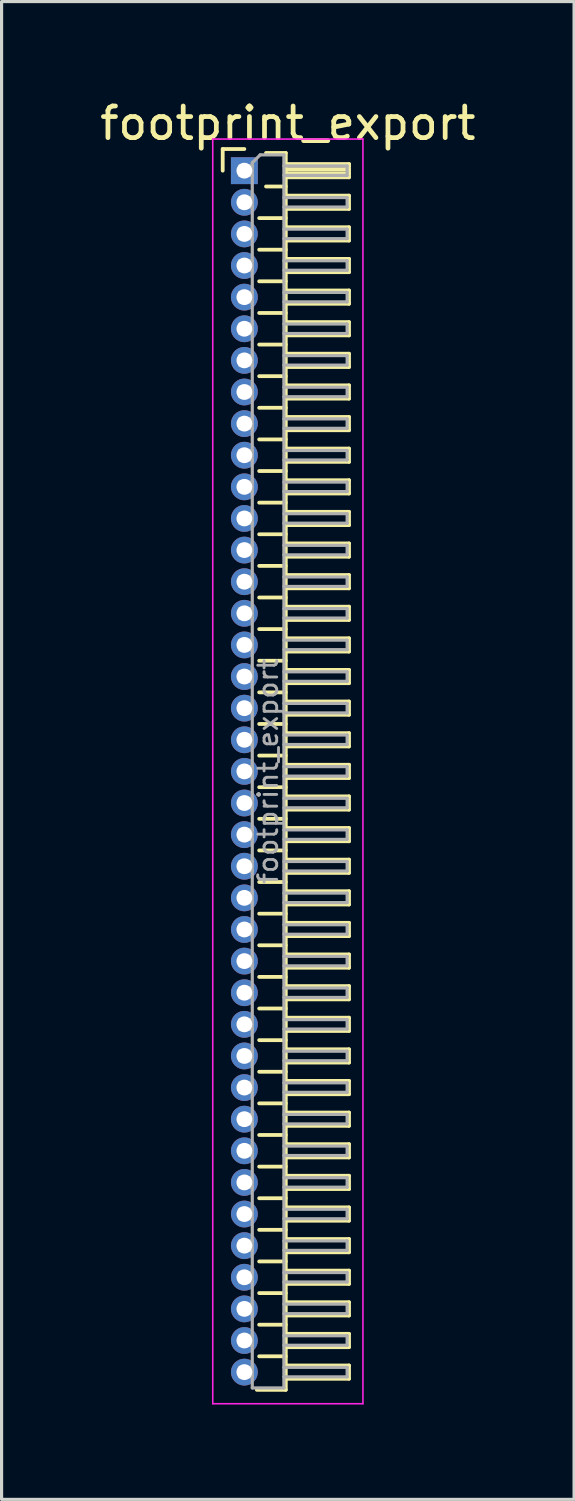
<source format=kicad_pcb>
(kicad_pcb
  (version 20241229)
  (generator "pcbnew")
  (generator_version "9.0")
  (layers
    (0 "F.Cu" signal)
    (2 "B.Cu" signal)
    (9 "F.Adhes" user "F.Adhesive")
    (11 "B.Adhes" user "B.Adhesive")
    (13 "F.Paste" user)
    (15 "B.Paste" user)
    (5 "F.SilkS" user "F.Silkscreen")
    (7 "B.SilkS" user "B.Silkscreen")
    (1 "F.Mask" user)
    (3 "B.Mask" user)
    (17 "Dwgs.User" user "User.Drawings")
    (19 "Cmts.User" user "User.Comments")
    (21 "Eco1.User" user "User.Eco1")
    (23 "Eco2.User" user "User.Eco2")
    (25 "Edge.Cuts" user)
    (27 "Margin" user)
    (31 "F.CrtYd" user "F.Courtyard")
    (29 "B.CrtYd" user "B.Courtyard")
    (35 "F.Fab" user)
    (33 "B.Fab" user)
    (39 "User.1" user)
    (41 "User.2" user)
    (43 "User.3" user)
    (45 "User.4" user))
  (footprint "footprint_export"
    (layer "F.Cu")
    (at 4.679 2.348)
    (property "Reference" "footprint_export" (at 1.375 -1.5 0) (layer "F.SilkS") (effects (font (size 1 1) (thickness 0.15))))
    (attr through_hole)
    (fp_line (start -0.685 -0.685) (end 0 -0.685) (stroke (width 0.12) (type solid)) (layer "F.SilkS"))
    (fp_line (start -0.685 0) (end -0.685 -0.685) (stroke (width 0.12) (type solid)) (layer "F.SilkS"))
    (fp_line (start 0.468 1.5) (end 1.31 1.5) (stroke (width 0.12) (type solid)) (layer "F.SilkS"))
    (fp_line (start 0.468 2.5) (end 1.31 2.5) (stroke (width 0.12) (type solid)) (layer "F.SilkS"))
    (fp_line (start 0.468 3.5) (end 1.31 3.5) (stroke (width 0.12) (type solid)) (layer "F.SilkS"))
    (fp_line (start 0.468 4.5) (end 1.31 4.5) (stroke (width 0.12) (type solid)) (layer "F.SilkS"))
    (fp_line (start 0.468 5.5) (end 1.31 5.5) (stroke (width 0.12) (type solid)) (layer "F.SilkS"))
    (fp_line (start 0.468 6.5) (end 1.31 6.5) (stroke (width 0.12) (type solid)) (layer "F.SilkS"))
    (fp_line (start 0.468 7.5) (end 1.31 7.5) (stroke (width 0.12) (type solid)) (layer "F.SilkS"))
    (fp_line (start 0.468 8.5) (end 1.31 8.5) (stroke (width 0.12) (type solid)) (layer "F.SilkS"))
    (fp_line (start 0.468 9.5) (end 1.31 9.5) (stroke (width 0.12) (type solid)) (layer "F.SilkS"))
    (fp_line (start 0.468 10.5) (end 1.31 10.5) (stroke (width 0.12) (type solid)) (layer "F.SilkS"))
    (fp_line (start 0.468 11.5) (end 1.31 11.5) (stroke (width 0.12) (type solid)) (layer "F.SilkS"))
    (fp_line (start 0.468 12.5) (end 1.31 12.5) (stroke (width 0.12) (type solid)) (layer "F.SilkS"))
    (fp_line (start 0.468 13.5) (end 1.31 13.5) (stroke (width 0.12) (type solid)) (layer "F.SilkS"))
    (fp_line (start 0.468 14.5) (end 1.31 14.5) (stroke (width 0.12) (type solid)) (layer "F.SilkS"))
    (fp_line (start 0.468 15.5) (end 1.31 15.5) (stroke (width 0.12) (type solid)) (layer "F.SilkS"))
    (fp_line (start 0.468 16.5) (end 1.31 16.5) (stroke (width 0.12) (type solid)) (layer "F.SilkS"))
    (fp_line (start 0.468 17.5) (end 1.31 17.5) (stroke (width 0.12) (type solid)) (layer "F.SilkS"))
    (fp_line (start 0.468 18.5) (end 1.31 18.5) (stroke (width 0.12) (type solid)) (layer "F.SilkS"))
    (fp_line (start 0.468 19.5) (end 1.31 19.5) (stroke (width 0.12) (type solid)) (layer "F.SilkS"))
    (fp_line (start 0.468 20.5) (end 1.31 20.5) (stroke (width 0.12) (type solid)) (layer "F.SilkS"))
    (fp_line (start 0.468 21.5) (end 1.31 21.5) (stroke (width 0.12) (type solid)) (layer "F.SilkS"))
    (fp_line (start 0.468 22.5) (end 1.31 22.5) (stroke (width 0.12) (type solid)) (layer "F.SilkS"))
    (fp_line (start 0.468 23.5) (end 1.31 23.5) (stroke (width 0.12) (type solid)) (layer "F.SilkS"))
    (fp_line (start 0.468 24.5) (end 1.31 24.5) (stroke (width 0.12) (type solid)) (layer "F.SilkS"))
    (fp_line (start 0.468 25.5) (end 1.31 25.5) (stroke (width 0.12) (type solid)) (layer "F.SilkS"))
    (fp_line (start 0.468 26.5) (end 1.31 26.5) (stroke (width 0.12) (type solid)) (layer "F.SilkS"))
    (fp_line (start 0.468 27.5) (end 1.31 27.5) (stroke (width 0.12) (type solid)) (layer "F.SilkS"))
    (fp_line (start 0.468 28.5) (end 1.31 28.5) (stroke (width 0.12) (type solid)) (layer "F.SilkS"))
    (fp_line (start 0.468 29.5) (end 1.31 29.5) (stroke (width 0.12) (type solid)) (layer "F.SilkS"))
    (fp_line (start 0.468 30.5) (end 1.31 30.5) (stroke (width 0.12) (type solid)) (layer "F.SilkS"))
    (fp_line (start 0.468 31.5) (end 1.31 31.5) (stroke (width 0.12) (type solid)) (layer "F.SilkS"))
    (fp_line (start 0.468 32.5) (end 1.31 32.5) (stroke (width 0.12) (type solid)) (layer "F.SilkS"))
    (fp_line (start 0.468 33.5) (end 1.31 33.5) (stroke (width 0.12) (type solid)) (layer "F.SilkS"))
    (fp_line (start 0.468 34.5) (end 1.31 34.5) (stroke (width 0.12) (type solid)) (layer "F.SilkS"))
    (fp_line (start 0.468 35.5) (end 1.31 35.5) (stroke (width 0.12) (type solid)) (layer "F.SilkS"))
    (fp_line (start 0.468 36.5) (end 1.31 36.5) (stroke (width 0.12) (type solid)) (layer "F.SilkS"))
    (fp_line (start 0.468 37.5) (end 1.31 37.5) (stroke (width 0.12) (type solid)) (layer "F.SilkS"))
    (fp_line (start 0.685 -0.56) (end 1.31 -0.56) (stroke (width 0.12) (type solid)) (layer "F.SilkS"))
    (fp_line (start 0.685 0.5) (end 1.31 0.5) (stroke (width 0.12) (type solid)) (layer "F.SilkS"))
    (fp_line (start 1.31 -0.56) (end 1.31 38.56) (stroke (width 0.12) (type solid)) (layer "F.SilkS"))
    (fp_line (start 1.31 -0.21) (end 3.31 -0.21) (stroke (width 0.12) (type solid)) (layer "F.SilkS"))
    (fp_line (start 1.31 -0.15) (end 3.31 -0.15) (stroke (width 0.12) (type solid)) (layer "F.SilkS"))
    (fp_line (start 1.31 -0.03) (end 3.31 -0.03) (stroke (width 0.12) (type solid)) (layer "F.SilkS"))
    (fp_line (start 1.31 0.09) (end 3.31 0.09) (stroke (width 0.12) (type solid)) (layer "F.SilkS"))
    (fp_line (start 1.31 0.79) (end 3.31 0.79) (stroke (width 0.12) (type solid)) (layer "F.SilkS"))
    (fp_line (start 1.31 1.79) (end 3.31 1.79) (stroke (width 0.12) (type solid)) (layer "F.SilkS"))
    (fp_line (start 1.31 2.79) (end 3.31 2.79) (stroke (width 0.12) (type solid)) (layer "F.SilkS"))
    (fp_line (start 1.31 3.79) (end 3.31 3.79) (stroke (width 0.12) (type solid)) (layer "F.SilkS"))
    (fp_line (start 1.31 4.79) (end 3.31 4.79) (stroke (width 0.12) (type solid)) (layer "F.SilkS"))
    (fp_line (start 1.31 5.79) (end 3.31 5.79) (stroke (width 0.12) (type solid)) (layer "F.SilkS"))
    (fp_line (start 1.31 6.79) (end 3.31 6.79) (stroke (width 0.12) (type solid)) (layer "F.SilkS"))
    (fp_line (start 1.31 7.79) (end 3.31 7.79) (stroke (width 0.12) (type solid)) (layer "F.SilkS"))
    (fp_line (start 1.31 8.79) (end 3.31 8.79) (stroke (width 0.12) (type solid)) (layer "F.SilkS"))
    (fp_line (start 1.31 9.79) (end 3.31 9.79) (stroke (width 0.12) (type solid)) (layer "F.SilkS"))
    (fp_line (start 1.31 10.79) (end 3.31 10.79) (stroke (width 0.12) (type solid)) (layer "F.SilkS"))
    (fp_line (start 1.31 11.79) (end 3.31 11.79) (stroke (width 0.12) (type solid)) (layer "F.SilkS"))
    (fp_line (start 1.31 12.79) (end 3.31 12.79) (stroke (width 0.12) (type solid)) (layer "F.SilkS"))
    (fp_line (start 1.31 13.79) (end 3.31 13.79) (stroke (width 0.12) (type solid)) (layer "F.SilkS"))
    (fp_line (start 1.31 14.79) (end 3.31 14.79) (stroke (width 0.12) (type solid)) (layer "F.SilkS"))
    (fp_line (start 1.31 15.79) (end 3.31 15.79) (stroke (width 0.12) (type solid)) (layer "F.SilkS"))
    (fp_line (start 1.31 16.79) (end 3.31 16.79) (stroke (width 0.12) (type solid)) (layer "F.SilkS"))
    (fp_line (start 1.31 17.79) (end 3.31 17.79) (stroke (width 0.12) (type solid)) (layer "F.SilkS"))
    (fp_line (start 1.31 18.79) (end 3.31 18.79) (stroke (width 0.12) (type solid)) (layer "F.SilkS"))
    (fp_line (start 1.31 19.79) (end 3.31 19.79) (stroke (width 0.12) (type solid)) (layer "F.SilkS"))
    (fp_line (start 1.31 20.79) (end 3.31 20.79) (stroke (width 0.12) (type solid)) (layer "F.SilkS"))
    (fp_line (start 1.31 21.79) (end 3.31 21.79) (stroke (width 0.12) (type solid)) (layer "F.SilkS"))
    (fp_line (start 1.31 22.79) (end 3.31 22.79) (stroke (width 0.12) (type solid)) (layer "F.SilkS"))
    (fp_line (start 1.31 23.79) (end 3.31 23.79) (stroke (width 0.12) (type solid)) (layer "F.SilkS"))
    (fp_line (start 1.31 24.79) (end 3.31 24.79) (stroke (width 0.12) (type solid)) (layer "F.SilkS"))
    (fp_line (start 1.31 25.79) (end 3.31 25.79) (stroke (width 0.12) (type solid)) (layer "F.SilkS"))
    (fp_line (start 1.31 26.79) (end 3.31 26.79) (stroke (width 0.12) (type solid)) (layer "F.SilkS"))
    (fp_line (start 1.31 27.79) (end 3.31 27.79) (stroke (width 0.12) (type solid)) (layer "F.SilkS"))
    (fp_line (start 1.31 28.79) (end 3.31 28.79) (stroke (width 0.12) (type solid)) (layer "F.SilkS"))
    (fp_line (start 1.31 29.79) (end 3.31 29.79) (stroke (width 0.12) (type solid)) (layer "F.SilkS"))
    (fp_line (start 1.31 30.79) (end 3.31 30.79) (stroke (width 0.12) (type solid)) (layer "F.SilkS"))
    (fp_line (start 1.31 31.79) (end 3.31 31.79) (stroke (width 0.12) (type solid)) (layer "F.SilkS"))
    (fp_line (start 1.31 32.79) (end 3.31 32.79) (stroke (width 0.12) (type solid)) (layer "F.SilkS"))
    (fp_line (start 1.31 33.79) (end 3.31 33.79) (stroke (width 0.12) (type solid)) (layer "F.SilkS"))
    (fp_line (start 1.31 34.79) (end 3.31 34.79) (stroke (width 0.12) (type solid)) (layer "F.SilkS"))
    (fp_line (start 1.31 35.79) (end 3.31 35.79) (stroke (width 0.12) (type solid)) (layer "F.SilkS"))
    (fp_line (start 1.31 36.79) (end 3.31 36.79) (stroke (width 0.12) (type solid)) (layer "F.SilkS"))
    (fp_line (start 1.31 37.79) (end 3.31 37.79) (stroke (width 0.12) (type solid)) (layer "F.SilkS"))
    (fp_line (start 1.31 38.56) (end 0.394 38.56) (stroke (width 0.12) (type solid)) (layer "F.SilkS"))
    (fp_line (start 3.31 -0.21) (end 3.31 0.21) (stroke (width 0.12) (type solid)) (layer "F.SilkS"))
    (fp_line (start 3.31 0.21) (end 1.31 0.21) (stroke (width 0.12) (type solid)) (layer "F.SilkS"))
    (fp_line (start 3.31 0.79) (end 3.31 1.21) (stroke (width 0.12) (type solid)) (layer "F.SilkS"))
    (fp_line (start 3.31 1.21) (end 1.31 1.21) (stroke (width 0.12) (type solid)) (layer "F.SilkS"))
    (fp_line (start 3.31 1.79) (end 3.31 2.21) (stroke (width 0.12) (type solid)) (layer "F.SilkS"))
    (fp_line (start 3.31 2.21) (end 1.31 2.21) (stroke (width 0.12) (type solid)) (layer "F.SilkS"))
    (fp_line (start 3.31 2.79) (end 3.31 3.21) (stroke (width 0.12) (type solid)) (layer "F.SilkS"))
    (fp_line (start 3.31 3.21) (end 1.31 3.21) (stroke (width 0.12) (type solid)) (layer "F.SilkS"))
    (fp_line (start 3.31 3.79) (end 3.31 4.21) (stroke (width 0.12) (type solid)) (layer "F.SilkS"))
    (fp_line (start 3.31 4.21) (end 1.31 4.21) (stroke (width 0.12) (type solid)) (layer "F.SilkS"))
    (fp_line (start 3.31 4.79) (end 3.31 5.21) (stroke (width 0.12) (type solid)) (layer "F.SilkS"))
    (fp_line (start 3.31 5.21) (end 1.31 5.21) (stroke (width 0.12) (type solid)) (layer "F.SilkS"))
    (fp_line (start 3.31 5.79) (end 3.31 6.21) (stroke (width 0.12) (type solid)) (layer "F.SilkS"))
    (fp_line (start 3.31 6.21) (end 1.31 6.21) (stroke (width 0.12) (type solid)) (layer "F.SilkS"))
    (fp_line (start 3.31 6.79) (end 3.31 7.21) (stroke (width 0.12) (type solid)) (layer "F.SilkS"))
    (fp_line (start 3.31 7.21) (end 1.31 7.21) (stroke (width 0.12) (type solid)) (layer "F.SilkS"))
    (fp_line (start 3.31 7.79) (end 3.31 8.21) (stroke (width 0.12) (type solid)) (layer "F.SilkS"))
    (fp_line (start 3.31 8.21) (end 1.31 8.21) (stroke (width 0.12) (type solid)) (layer "F.SilkS"))
    (fp_line (start 3.31 8.79) (end 3.31 9.21) (stroke (width 0.12) (type solid)) (layer "F.SilkS"))
    (fp_line (start 3.31 9.21) (end 1.31 9.21) (stroke (width 0.12) (type solid)) (layer "F.SilkS"))
    (fp_line (start 3.31 9.79) (end 3.31 10.21) (stroke (width 0.12) (type solid)) (layer "F.SilkS"))
    (fp_line (start 3.31 10.21) (end 1.31 10.21) (stroke (width 0.12) (type solid)) (layer "F.SilkS"))
    (fp_line (start 3.31 10.79) (end 3.31 11.21) (stroke (width 0.12) (type solid)) (layer "F.SilkS"))
    (fp_line (start 3.31 11.21) (end 1.31 11.21) (stroke (width 0.12) (type solid)) (layer "F.SilkS"))
    (fp_line (start 3.31 11.79) (end 3.31 12.21) (stroke (width 0.12) (type solid)) (layer "F.SilkS"))
    (fp_line (start 3.31 12.21) (end 1.31 12.21) (stroke (width 0.12) (type solid)) (layer "F.SilkS"))
    (fp_line (start 3.31 12.79) (end 3.31 13.21) (stroke (width 0.12) (type solid)) (layer "F.SilkS"))
    (fp_line (start 3.31 13.21) (end 1.31 13.21) (stroke (width 0.12) (type solid)) (layer "F.SilkS"))
    (fp_line (start 3.31 13.79) (end 3.31 14.21) (stroke (width 0.12) (type solid)) (layer "F.SilkS"))
    (fp_line (start 3.31 14.21) (end 1.31 14.21) (stroke (width 0.12) (type solid)) (layer "F.SilkS"))
    (fp_line (start 3.31 14.79) (end 3.31 15.21) (stroke (width 0.12) (type solid)) (layer "F.SilkS"))
    (fp_line (start 3.31 15.21) (end 1.31 15.21) (stroke (width 0.12) (type solid)) (layer "F.SilkS"))
    (fp_line (start 3.31 15.79) (end 3.31 16.21) (stroke (width 0.12) (type solid)) (layer "F.SilkS"))
    (fp_line (start 3.31 16.21) (end 1.31 16.21) (stroke (width 0.12) (type solid)) (layer "F.SilkS"))
    (fp_line (start 3.31 16.79) (end 3.31 17.21) (stroke (width 0.12) (type solid)) (layer "F.SilkS"))
    (fp_line (start 3.31 17.21) (end 1.31 17.21) (stroke (width 0.12) (type solid)) (layer "F.SilkS"))
    (fp_line (start 3.31 17.79) (end 3.31 18.21) (stroke (width 0.12) (type solid)) (layer "F.SilkS"))
    (fp_line (start 3.31 18.21) (end 1.31 18.21) (stroke (width 0.12) (type solid)) (layer "F.SilkS"))
    (fp_line (start 3.31 18.79) (end 3.31 19.21) (stroke (width 0.12) (type solid)) (layer "F.SilkS"))
    (fp_line (start 3.31 19.21) (end 1.31 19.21) (stroke (width 0.12) (type solid)) (layer "F.SilkS"))
    (fp_line (start 3.31 19.79) (end 3.31 20.21) (stroke (width 0.12) (type solid)) (layer "F.SilkS"))
    (fp_line (start 3.31 20.21) (end 1.31 20.21) (stroke (width 0.12) (type solid)) (layer "F.SilkS"))
    (fp_line (start 3.31 20.79) (end 3.31 21.21) (stroke (width 0.12) (type solid)) (layer "F.SilkS"))
    (fp_line (start 3.31 21.21) (end 1.31 21.21) (stroke (width 0.12) (type solid)) (layer "F.SilkS"))
    (fp_line (start 3.31 21.79) (end 3.31 22.21) (stroke (width 0.12) (type solid)) (layer "F.SilkS"))
    (fp_line (start 3.31 22.21) (end 1.31 22.21) (stroke (width 0.12) (type solid)) (layer "F.SilkS"))
    (fp_line (start 3.31 22.79) (end 3.31 23.21) (stroke (width 0.12) (type solid)) (layer "F.SilkS"))
    (fp_line (start 3.31 23.21) (end 1.31 23.21) (stroke (width 0.12) (type solid)) (layer "F.SilkS"))
    (fp_line (start 3.31 23.79) (end 3.31 24.21) (stroke (width 0.12) (type solid)) (layer "F.SilkS"))
    (fp_line (start 3.31 24.21) (end 1.31 24.21) (stroke (width 0.12) (type solid)) (layer "F.SilkS"))
    (fp_line (start 3.31 24.79) (end 3.31 25.21) (stroke (width 0.12) (type solid)) (layer "F.SilkS"))
    (fp_line (start 3.31 25.21) (end 1.31 25.21) (stroke (width 0.12) (type solid)) (layer "F.SilkS"))
    (fp_line (start 3.31 25.79) (end 3.31 26.21) (stroke (width 0.12) (type solid)) (layer "F.SilkS"))
    (fp_line (start 3.31 26.21) (end 1.31 26.21) (stroke (width 0.12) (type solid)) (layer "F.SilkS"))
    (fp_line (start 3.31 26.79) (end 3.31 27.21) (stroke (width 0.12) (type solid)) (layer "F.SilkS"))
    (fp_line (start 3.31 27.21) (end 1.31 27.21) (stroke (width 0.12) (type solid)) (layer "F.SilkS"))
    (fp_line (start 3.31 27.79) (end 3.31 28.21) (stroke (width 0.12) (type solid)) (layer "F.SilkS"))
    (fp_line (start 3.31 28.21) (end 1.31 28.21) (stroke (width 0.12) (type solid)) (layer "F.SilkS"))
    (fp_line (start 3.31 28.79) (end 3.31 29.21) (stroke (width 0.12) (type solid)) (layer "F.SilkS"))
    (fp_line (start 3.31 29.21) (end 1.31 29.21) (stroke (width 0.12) (type solid)) (layer "F.SilkS"))
    (fp_line (start 3.31 29.79) (end 3.31 30.21) (stroke (width 0.12) (type solid)) (layer "F.SilkS"))
    (fp_line (start 3.31 30.21) (end 1.31 30.21) (stroke (width 0.12) (type solid)) (layer "F.SilkS"))
    (fp_line (start 3.31 30.79) (end 3.31 31.21) (stroke (width 0.12) (type solid)) (layer "F.SilkS"))
    (fp_line (start 3.31 31.21) (end 1.31 31.21) (stroke (width 0.12) (type solid)) (layer "F.SilkS"))
    (fp_line (start 3.31 31.79) (end 3.31 32.21) (stroke (width 0.12) (type solid)) (layer "F.SilkS"))
    (fp_line (start 3.31 32.21) (end 1.31 32.21) (stroke (width 0.12) (type solid)) (layer "F.SilkS"))
    (fp_line (start 3.31 32.79) (end 3.31 33.21) (stroke (width 0.12) (type solid)) (layer "F.SilkS"))
    (fp_line (start 3.31 33.21) (end 1.31 33.21) (stroke (width 0.12) (type solid)) (layer "F.SilkS"))
    (fp_line (start 3.31 33.79) (end 3.31 34.21) (stroke (width 0.12) (type solid)) (layer "F.SilkS"))
    (fp_line (start 3.31 34.21) (end 1.31 34.21) (stroke (width 0.12) (type solid)) (layer "F.SilkS"))
    (fp_line (start 3.31 34.79) (end 3.31 35.21) (stroke (width 0.12) (type solid)) (layer "F.SilkS"))
    (fp_line (start 3.31 35.21) (end 1.31 35.21) (stroke (width 0.12) (type solid)) (layer "F.SilkS"))
    (fp_line (start 3.31 35.79) (end 3.31 36.21) (stroke (width 0.12) (type solid)) (layer "F.SilkS"))
    (fp_line (start 3.31 36.21) (end 1.31 36.21) (stroke (width 0.12) (type solid)) (layer "F.SilkS"))
    (fp_line (start 3.31 36.79) (end 3.31 37.21) (stroke (width 0.12) (type solid)) (layer "F.SilkS"))
    (fp_line (start 3.31 37.21) (end 1.31 37.21) (stroke (width 0.12) (type solid)) (layer "F.SilkS"))
    (fp_line (start 3.31 37.79) (end 3.31 38.21) (stroke (width 0.12) (type solid)) (layer "F.SilkS"))
    (fp_line (start 3.31 38.21) (end 1.31 38.21) (stroke (width 0.12) (type solid)) (layer "F.SilkS"))
    (fp_line (start -1 -1) (end -1 39) (stroke (width 0.05) (type solid)) (layer "F.CrtYd"))
    (fp_line (start -1 39) (end 3.75 39) (stroke (width 0.05) (type solid)) (layer "F.CrtYd"))
    (fp_line (start 3.75 -1) (end -1 -1) (stroke (width 0.05) (type solid)) (layer "F.CrtYd"))
    (fp_line (start 3.75 39) (end 3.75 -1) (stroke (width 0.05) (type solid)) (layer "F.CrtYd"))
    (fp_line (start -0.15 -0.15) (end -0.15 0.15) (stroke (width 0.1) (type solid)) (layer "F.Fab"))
    (fp_line (start -0.15 -0.15) (end 0.25 -0.15) (stroke (width 0.1) (type solid)) (layer "F.Fab"))
    (fp_line (start -0.15 0.15) (end 0.25 0.15) (stroke (width 0.1) (type solid)) (layer "F.Fab"))
    (fp_line (start -0.15 0.85) (end -0.15 1.15) (stroke (width 0.1) (type solid)) (layer "F.Fab"))
    (fp_line (start -0.15 0.85) (end 0.25 0.85) (stroke (width 0.1) (type solid)) (layer "F.Fab"))
    (fp_line (start -0.15 1.15) (end 0.25 1.15) (stroke (width 0.1) (type solid)) (layer "F.Fab"))
    (fp_line (start -0.15 1.85) (end -0.15 2.15) (stroke (width 0.1) (type solid)) (layer "F.Fab"))
    (fp_line (start -0.15 1.85) (end 0.25 1.85) (stroke (width 0.1) (type solid)) (layer "F.Fab"))
    (fp_line (start -0.15 2.15) (end 0.25 2.15) (stroke (width 0.1) (type solid)) (layer "F.Fab"))
    (fp_line (start -0.15 2.85) (end -0.15 3.15) (stroke (width 0.1) (type solid)) (layer "F.Fab"))
    (fp_line (start -0.15 2.85) (end 0.25 2.85) (stroke (width 0.1) (type solid)) (layer "F.Fab"))
    (fp_line (start -0.15 3.15) (end 0.25 3.15) (stroke (width 0.1) (type solid)) (layer "F.Fab"))
    (fp_line (start -0.15 3.85) (end -0.15 4.15) (stroke (width 0.1) (type solid)) (layer "F.Fab"))
    (fp_line (start -0.15 3.85) (end 0.25 3.85) (stroke (width 0.1) (type solid)) (layer "F.Fab"))
    (fp_line (start -0.15 4.15) (end 0.25 4.15) (stroke (width 0.1) (type solid)) (layer "F.Fab"))
    (fp_line (start -0.15 4.85) (end -0.15 5.15) (stroke (width 0.1) (type solid)) (layer "F.Fab"))
    (fp_line (start -0.15 4.85) (end 0.25 4.85) (stroke (width 0.1) (type solid)) (layer "F.Fab"))
    (fp_line (start -0.15 5.15) (end 0.25 5.15) (stroke (width 0.1) (type solid)) (layer "F.Fab"))
    (fp_line (start -0.15 5.85) (end -0.15 6.15) (stroke (width 0.1) (type solid)) (layer "F.Fab"))
    (fp_line (start -0.15 5.85) (end 0.25 5.85) (stroke (width 0.1) (type solid)) (layer "F.Fab"))
    (fp_line (start -0.15 6.15) (end 0.25 6.15) (stroke (width 0.1) (type solid)) (layer "F.Fab"))
    (fp_line (start -0.15 6.85) (end -0.15 7.15) (stroke (width 0.1) (type solid)) (layer "F.Fab"))
    (fp_line (start -0.15 6.85) (end 0.25 6.85) (stroke (width 0.1) (type solid)) (layer "F.Fab"))
    (fp_line (start -0.15 7.15) (end 0.25 7.15) (stroke (width 0.1) (type solid)) (layer "F.Fab"))
    (fp_line (start -0.15 7.85) (end -0.15 8.15) (stroke (width 0.1) (type solid)) (layer "F.Fab"))
    (fp_line (start -0.15 7.85) (end 0.25 7.85) (stroke (width 0.1) (type solid)) (layer "F.Fab"))
    (fp_line (start -0.15 8.15) (end 0.25 8.15) (stroke (width 0.1) (type solid)) (layer "F.Fab"))
    (fp_line (start -0.15 8.85) (end -0.15 9.15) (stroke (width 0.1) (type solid)) (layer "F.Fab"))
    (fp_line (start -0.15 8.85) (end 0.25 8.85) (stroke (width 0.1) (type solid)) (layer "F.Fab"))
    (fp_line (start -0.15 9.15) (end 0.25 9.15) (stroke (width 0.1) (type solid)) (layer "F.Fab"))
    (fp_line (start -0.15 9.85) (end -0.15 10.15) (stroke (width 0.1) (type solid)) (layer "F.Fab"))
    (fp_line (start -0.15 9.85) (end 0.25 9.85) (stroke (width 0.1) (type solid)) (layer "F.Fab"))
    (fp_line (start -0.15 10.15) (end 0.25 10.15) (stroke (width 0.1) (type solid)) (layer "F.Fab"))
    (fp_line (start -0.15 10.85) (end -0.15 11.15) (stroke (width 0.1) (type solid)) (layer "F.Fab"))
    (fp_line (start -0.15 10.85) (end 0.25 10.85) (stroke (width 0.1) (type solid)) (layer "F.Fab"))
    (fp_line (start -0.15 11.15) (end 0.25 11.15) (stroke (width 0.1) (type solid)) (layer "F.Fab"))
    (fp_line (start -0.15 11.85) (end -0.15 12.15) (stroke (width 0.1) (type solid)) (layer "F.Fab"))
    (fp_line (start -0.15 11.85) (end 0.25 11.85) (stroke (width 0.1) (type solid)) (layer "F.Fab"))
    (fp_line (start -0.15 12.15) (end 0.25 12.15) (stroke (width 0.1) (type solid)) (layer "F.Fab"))
    (fp_line (start -0.15 12.85) (end -0.15 13.15) (stroke (width 0.1) (type solid)) (layer "F.Fab"))
    (fp_line (start -0.15 12.85) (end 0.25 12.85) (stroke (width 0.1) (type solid)) (layer "F.Fab"))
    (fp_line (start -0.15 13.15) (end 0.25 13.15) (stroke (width 0.1) (type solid)) (layer "F.Fab"))
    (fp_line (start -0.15 13.85) (end -0.15 14.15) (stroke (width 0.1) (type solid)) (layer "F.Fab"))
    (fp_line (start -0.15 13.85) (end 0.25 13.85) (stroke (width 0.1) (type solid)) (layer "F.Fab"))
    (fp_line (start -0.15 14.15) (end 0.25 14.15) (stroke (width 0.1) (type solid)) (layer "F.Fab"))
    (fp_line (start -0.15 14.85) (end -0.15 15.15) (stroke (width 0.1) (type solid)) (layer "F.Fab"))
    (fp_line (start -0.15 14.85) (end 0.25 14.85) (stroke (width 0.1) (type solid)) (layer "F.Fab"))
    (fp_line (start -0.15 15.15) (end 0.25 15.15) (stroke (width 0.1) (type solid)) (layer "F.Fab"))
    (fp_line (start -0.15 15.85) (end -0.15 16.15) (stroke (width 0.1) (type solid)) (layer "F.Fab"))
    (fp_line (start -0.15 15.85) (end 0.25 15.85) (stroke (width 0.1) (type solid)) (layer "F.Fab"))
    (fp_line (start -0.15 16.15) (end 0.25 16.15) (stroke (width 0.1) (type solid)) (layer "F.Fab"))
    (fp_line (start -0.15 16.85) (end -0.15 17.15) (stroke (width 0.1) (type solid)) (layer "F.Fab"))
    (fp_line (start -0.15 16.85) (end 0.25 16.85) (stroke (width 0.1) (type solid)) (layer "F.Fab"))
    (fp_line (start -0.15 17.15) (end 0.25 17.15) (stroke (width 0.1) (type solid)) (layer "F.Fab"))
    (fp_line (start -0.15 17.85) (end -0.15 18.15) (stroke (width 0.1) (type solid)) (layer "F.Fab"))
    (fp_line (start -0.15 17.85) (end 0.25 17.85) (stroke (width 0.1) (type solid)) (layer "F.Fab"))
    (fp_line (start -0.15 18.15) (end 0.25 18.15) (stroke (width 0.1) (type solid)) (layer "F.Fab"))
    (fp_line (start -0.15 18.85) (end -0.15 19.15) (stroke (width 0.1) (type solid)) (layer "F.Fab"))
    (fp_line (start -0.15 18.85) (end 0.25 18.85) (stroke (width 0.1) (type solid)) (layer "F.Fab"))
    (fp_line (start -0.15 19.15) (end 0.25 19.15) (stroke (width 0.1) (type solid)) (layer "F.Fab"))
    (fp_line (start -0.15 19.85) (end -0.15 20.15) (stroke (width 0.1) (type solid)) (layer "F.Fab"))
    (fp_line (start -0.15 19.85) (end 0.25 19.85) (stroke (width 0.1) (type solid)) (layer "F.Fab"))
    (fp_line (start -0.15 20.15) (end 0.25 20.15) (stroke (width 0.1) (type solid)) (layer "F.Fab"))
    (fp_line (start -0.15 20.85) (end -0.15 21.15) (stroke (width 0.1) (type solid)) (layer "F.Fab"))
    (fp_line (start -0.15 20.85) (end 0.25 20.85) (stroke (width 0.1) (type solid)) (layer "F.Fab"))
    (fp_line (start -0.15 21.15) (end 0.25 21.15) (stroke (width 0.1) (type solid)) (layer "F.Fab"))
    (fp_line (start -0.15 21.85) (end -0.15 22.15) (stroke (width 0.1) (type solid)) (layer "F.Fab"))
    (fp_line (start -0.15 21.85) (end 0.25 21.85) (stroke (width 0.1) (type solid)) (layer "F.Fab"))
    (fp_line (start -0.15 22.15) (end 0.25 22.15) (stroke (width 0.1) (type solid)) (layer "F.Fab"))
    (fp_line (start -0.15 22.85) (end -0.15 23.15) (stroke (width 0.1) (type solid)) (layer "F.Fab"))
    (fp_line (start -0.15 22.85) (end 0.25 22.85) (stroke (width 0.1) (type solid)) (layer "F.Fab"))
    (fp_line (start -0.15 23.15) (end 0.25 23.15) (stroke (width 0.1) (type solid)) (layer "F.Fab"))
    (fp_line (start -0.15 23.85) (end -0.15 24.15) (stroke (width 0.1) (type solid)) (layer "F.Fab"))
    (fp_line (start -0.15 23.85) (end 0.25 23.85) (stroke (width 0.1) (type solid)) (layer "F.Fab"))
    (fp_line (start -0.15 24.15) (end 0.25 24.15) (stroke (width 0.1) (type solid)) (layer "F.Fab"))
    (fp_line (start -0.15 24.85) (end -0.15 25.15) (stroke (width 0.1) (type solid)) (layer "F.Fab"))
    (fp_line (start -0.15 24.85) (end 0.25 24.85) (stroke (width 0.1) (type solid)) (layer "F.Fab"))
    (fp_line (start -0.15 25.15) (end 0.25 25.15) (stroke (width 0.1) (type solid)) (layer "F.Fab"))
    (fp_line (start -0.15 25.85) (end -0.15 26.15) (stroke (width 0.1) (type solid)) (layer "F.Fab"))
    (fp_line (start -0.15 25.85) (end 0.25 25.85) (stroke (width 0.1) (type solid)) (layer "F.Fab"))
    (fp_line (start -0.15 26.15) (end 0.25 26.15) (stroke (width 0.1) (type solid)) (layer "F.Fab"))
    (fp_line (start -0.15 26.85) (end -0.15 27.15) (stroke (width 0.1) (type solid)) (layer "F.Fab"))
    (fp_line (start -0.15 26.85) (end 0.25 26.85) (stroke (width 0.1) (type solid)) (layer "F.Fab"))
    (fp_line (start -0.15 27.15) (end 0.25 27.15) (stroke (width 0.1) (type solid)) (layer "F.Fab"))
    (fp_line (start -0.15 27.85) (end -0.15 28.15) (stroke (width 0.1) (type solid)) (layer "F.Fab"))
    (fp_line (start -0.15 27.85) (end 0.25 27.85) (stroke (width 0.1) (type solid)) (layer "F.Fab"))
    (fp_line (start -0.15 28.15) (end 0.25 28.15) (stroke (width 0.1) (type solid)) (layer "F.Fab"))
    (fp_line (start -0.15 28.85) (end -0.15 29.15) (stroke (width 0.1) (type solid)) (layer "F.Fab"))
    (fp_line (start -0.15 28.85) (end 0.25 28.85) (stroke (width 0.1) (type solid)) (layer "F.Fab"))
    (fp_line (start -0.15 29.15) (end 0.25 29.15) (stroke (width 0.1) (type solid)) (layer "F.Fab"))
    (fp_line (start -0.15 29.85) (end -0.15 30.15) (stroke (width 0.1) (type solid)) (layer "F.Fab"))
    (fp_line (start -0.15 29.85) (end 0.25 29.85) (stroke (width 0.1) (type solid)) (layer "F.Fab"))
    (fp_line (start -0.15 30.15) (end 0.25 30.15) (stroke (width 0.1) (type solid)) (layer "F.Fab"))
    (fp_line (start -0.15 30.85) (end -0.15 31.15) (stroke (width 0.1) (type solid)) (layer "F.Fab"))
    (fp_line (start -0.15 30.85) (end 0.25 30.85) (stroke (width 0.1) (type solid)) (layer "F.Fab"))
    (fp_line (start -0.15 31.15) (end 0.25 31.15) (stroke (width 0.1) (type solid)) (layer "F.Fab"))
    (fp_line (start -0.15 31.85) (end -0.15 32.15) (stroke (width 0.1) (type solid)) (layer "F.Fab"))
    (fp_line (start -0.15 31.85) (end 0.25 31.85) (stroke (width 0.1) (type solid)) (layer "F.Fab"))
    (fp_line (start -0.15 32.15) (end 0.25 32.15) (stroke (width 0.1) (type solid)) (layer "F.Fab"))
    (fp_line (start -0.15 32.85) (end -0.15 33.15) (stroke (width 0.1) (type solid)) (layer "F.Fab"))
    (fp_line (start -0.15 32.85) (end 0.25 32.85) (stroke (width 0.1) (type solid)) (layer "F.Fab"))
    (fp_line (start -0.15 33.15) (end 0.25 33.15) (stroke (width 0.1) (type solid)) (layer "F.Fab"))
    (fp_line (start -0.15 33.85) (end -0.15 34.15) (stroke (width 0.1) (type solid)) (layer "F.Fab"))
    (fp_line (start -0.15 33.85) (end 0.25 33.85) (stroke (width 0.1) (type solid)) (layer "F.Fab"))
    (fp_line (start -0.15 34.15) (end 0.25 34.15) (stroke (width 0.1) (type solid)) (layer "F.Fab"))
    (fp_line (start -0.15 34.85) (end -0.15 35.15) (stroke (width 0.1) (type solid)) (layer "F.Fab"))
    (fp_line (start -0.15 34.85) (end 0.25 34.85) (stroke (width 0.1) (type solid)) (layer "F.Fab"))
    (fp_line (start -0.15 35.15) (end 0.25 35.15) (stroke (width 0.1) (type solid)) (layer "F.Fab"))
    (fp_line (start -0.15 35.85) (end -0.15 36.15) (stroke (width 0.1) (type solid)) (layer "F.Fab"))
    (fp_line (start -0.15 35.85) (end 0.25 35.85) (stroke (width 0.1) (type solid)) (layer "F.Fab"))
    (fp_line (start -0.15 36.15) (end 0.25 36.15) (stroke (width 0.1) (type solid)) (layer "F.Fab"))
    (fp_line (start -0.15 36.85) (end -0.15 37.15) (stroke (width 0.1) (type solid)) (layer "F.Fab"))
    (fp_line (start -0.15 36.85) (end 0.25 36.85) (stroke (width 0.1) (type solid)) (layer "F.Fab"))
    (fp_line (start -0.15 37.15) (end 0.25 37.15) (stroke (width 0.1) (type solid)) (layer "F.Fab"))
    (fp_line (start -0.15 37.85) (end -0.15 38.15) (stroke (width 0.1) (type solid)) (layer "F.Fab"))
    (fp_line (start -0.15 37.85) (end 0.25 37.85) (stroke (width 0.1) (type solid)) (layer "F.Fab"))
    (fp_line (start -0.15 38.15) (end 0.25 38.15) (stroke (width 0.1) (type solid)) (layer "F.Fab"))
    (fp_line (start 0.25 -0.25) (end 0.5 -0.5) (stroke (width 0.1) (type solid)) (layer "F.Fab"))
    (fp_line (start 0.25 38.5) (end 0.25 -0.25) (stroke (width 0.1) (type solid)) (layer "F.Fab"))
    (fp_line (start 0.5 -0.5) (end 1.25 -0.5) (stroke (width 0.1) (type solid)) (layer "F.Fab"))
    (fp_line (start 1.25 -0.5) (end 1.25 38.5) (stroke (width 0.1) (type solid)) (layer "F.Fab"))
    (fp_line (start 1.25 -0.15) (end 3.25 -0.15) (stroke (width 0.1) (type solid)) (layer "F.Fab"))
    (fp_line (start 1.25 0.15) (end 3.25 0.15) (stroke (width 0.1) (type solid)) (layer "F.Fab"))
    (fp_line (start 1.25 0.85) (end 3.25 0.85) (stroke (width 0.1) (type solid)) (layer "F.Fab"))
    (fp_line (start 1.25 1.15) (end 3.25 1.15) (stroke (width 0.1) (type solid)) (layer "F.Fab"))
    (fp_line (start 1.25 1.85) (end 3.25 1.85) (stroke (width 0.1) (type solid)) (layer "F.Fab"))
    (fp_line (start 1.25 2.15) (end 3.25 2.15) (stroke (width 0.1) (type solid)) (layer "F.Fab"))
    (fp_line (start 1.25 2.85) (end 3.25 2.85) (stroke (width 0.1) (type solid)) (layer "F.Fab"))
    (fp_line (start 1.25 3.15) (end 3.25 3.15) (stroke (width 0.1) (type solid)) (layer "F.Fab"))
    (fp_line (start 1.25 3.85) (end 3.25 3.85) (stroke (width 0.1) (type solid)) (layer "F.Fab"))
    (fp_line (start 1.25 4.15) (end 3.25 4.15) (stroke (width 0.1) (type solid)) (layer "F.Fab"))
    (fp_line (start 1.25 4.85) (end 3.25 4.85) (stroke (width 0.1) (type solid)) (layer "F.Fab"))
    (fp_line (start 1.25 5.15) (end 3.25 5.15) (stroke (width 0.1) (type solid)) (layer "F.Fab"))
    (fp_line (start 1.25 5.85) (end 3.25 5.85) (stroke (width 0.1) (type solid)) (layer "F.Fab"))
    (fp_line (start 1.25 6.15) (end 3.25 6.15) (stroke (width 0.1) (type solid)) (layer "F.Fab"))
    (fp_line (start 1.25 6.85) (end 3.25 6.85) (stroke (width 0.1) (type solid)) (layer "F.Fab"))
    (fp_line (start 1.25 7.15) (end 3.25 7.15) (stroke (width 0.1) (type solid)) (layer "F.Fab"))
    (fp_line (start 1.25 7.85) (end 3.25 7.85) (stroke (width 0.1) (type solid)) (layer "F.Fab"))
    (fp_line (start 1.25 8.15) (end 3.25 8.15) (stroke (width 0.1) (type solid)) (layer "F.Fab"))
    (fp_line (start 1.25 8.85) (end 3.25 8.85) (stroke (width 0.1) (type solid)) (layer "F.Fab"))
    (fp_line (start 1.25 9.15) (end 3.25 9.15) (stroke (width 0.1) (type solid)) (layer "F.Fab"))
    (fp_line (start 1.25 9.85) (end 3.25 9.85) (stroke (width 0.1) (type solid)) (layer "F.Fab"))
    (fp_line (start 1.25 10.15) (end 3.25 10.15) (stroke (width 0.1) (type solid)) (layer "F.Fab"))
    (fp_line (start 1.25 10.85) (end 3.25 10.85) (stroke (width 0.1) (type solid)) (layer "F.Fab"))
    (fp_line (start 1.25 11.15) (end 3.25 11.15) (stroke (width 0.1) (type solid)) (layer "F.Fab"))
    (fp_line (start 1.25 11.85) (end 3.25 11.85) (stroke (width 0.1) (type solid)) (layer "F.Fab"))
    (fp_line (start 1.25 12.15) (end 3.25 12.15) (stroke (width 0.1) (type solid)) (layer "F.Fab"))
    (fp_line (start 1.25 12.85) (end 3.25 12.85) (stroke (width 0.1) (type solid)) (layer "F.Fab"))
    (fp_line (start 1.25 13.15) (end 3.25 13.15) (stroke (width 0.1) (type solid)) (layer "F.Fab"))
    (fp_line (start 1.25 13.85) (end 3.25 13.85) (stroke (width 0.1) (type solid)) (layer "F.Fab"))
    (fp_line (start 1.25 14.15) (end 3.25 14.15) (stroke (width 0.1) (type solid)) (layer "F.Fab"))
    (fp_line (start 1.25 14.85) (end 3.25 14.85) (stroke (width 0.1) (type solid)) (layer "F.Fab"))
    (fp_line (start 1.25 15.15) (end 3.25 15.15) (stroke (width 0.1) (type solid)) (layer "F.Fab"))
    (fp_line (start 1.25 15.85) (end 3.25 15.85) (stroke (width 0.1) (type solid)) (layer "F.Fab"))
    (fp_line (start 1.25 16.15) (end 3.25 16.15) (stroke (width 0.1) (type solid)) (layer "F.Fab"))
    (fp_line (start 1.25 16.85) (end 3.25 16.85) (stroke (width 0.1) (type solid)) (layer "F.Fab"))
    (fp_line (start 1.25 17.15) (end 3.25 17.15) (stroke (width 0.1) (type solid)) (layer "F.Fab"))
    (fp_line (start 1.25 17.85) (end 3.25 17.85) (stroke (width 0.1) (type solid)) (layer "F.Fab"))
    (fp_line (start 1.25 18.15) (end 3.25 18.15) (stroke (width 0.1) (type solid)) (layer "F.Fab"))
    (fp_line (start 1.25 18.85) (end 3.25 18.85) (stroke (width 0.1) (type solid)) (layer "F.Fab"))
    (fp_line (start 1.25 19.15) (end 3.25 19.15) (stroke (width 0.1) (type solid)) (layer "F.Fab"))
    (fp_line (start 1.25 19.85) (end 3.25 19.85) (stroke (width 0.1) (type solid)) (layer "F.Fab"))
    (fp_line (start 1.25 20.15) (end 3.25 20.15) (stroke (width 0.1) (type solid)) (layer "F.Fab"))
    (fp_line (start 1.25 20.85) (end 3.25 20.85) (stroke (width 0.1) (type solid)) (layer "F.Fab"))
    (fp_line (start 1.25 21.15) (end 3.25 21.15) (stroke (width 0.1) (type solid)) (layer "F.Fab"))
    (fp_line (start 1.25 21.85) (end 3.25 21.85) (stroke (width 0.1) (type solid)) (layer "F.Fab"))
    (fp_line (start 1.25 22.15) (end 3.25 22.15) (stroke (width 0.1) (type solid)) (layer "F.Fab"))
    (fp_line (start 1.25 22.85) (end 3.25 22.85) (stroke (width 0.1) (type solid)) (layer "F.Fab"))
    (fp_line (start 1.25 23.15) (end 3.25 23.15) (stroke (width 0.1) (type solid)) (layer "F.Fab"))
    (fp_line (start 1.25 23.85) (end 3.25 23.85) (stroke (width 0.1) (type solid)) (layer "F.Fab"))
    (fp_line (start 1.25 24.15) (end 3.25 24.15) (stroke (width 0.1) (type solid)) (layer "F.Fab"))
    (fp_line (start 1.25 24.85) (end 3.25 24.85) (stroke (width 0.1) (type solid)) (layer "F.Fab"))
    (fp_line (start 1.25 25.15) (end 3.25 25.15) (stroke (width 0.1) (type solid)) (layer "F.Fab"))
    (fp_line (start 1.25 25.85) (end 3.25 25.85) (stroke (width 0.1) (type solid)) (layer "F.Fab"))
    (fp_line (start 1.25 26.15) (end 3.25 26.15) (stroke (width 0.1) (type solid)) (layer "F.Fab"))
    (fp_line (start 1.25 26.85) (end 3.25 26.85) (stroke (width 0.1) (type solid)) (layer "F.Fab"))
    (fp_line (start 1.25 27.15) (end 3.25 27.15) (stroke (width 0.1) (type solid)) (layer "F.Fab"))
    (fp_line (start 1.25 27.85) (end 3.25 27.85) (stroke (width 0.1) (type solid)) (layer "F.Fab"))
    (fp_line (start 1.25 28.15) (end 3.25 28.15) (stroke (width 0.1) (type solid)) (layer "F.Fab"))
    (fp_line (start 1.25 28.85) (end 3.25 28.85) (stroke (width 0.1) (type solid)) (layer "F.Fab"))
    (fp_line (start 1.25 29.15) (end 3.25 29.15) (stroke (width 0.1) (type solid)) (layer "F.Fab"))
    (fp_line (start 1.25 29.85) (end 3.25 29.85) (stroke (width 0.1) (type solid)) (layer "F.Fab"))
    (fp_line (start 1.25 30.15) (end 3.25 30.15) (stroke (width 0.1) (type solid)) (layer "F.Fab"))
    (fp_line (start 1.25 30.85) (end 3.25 30.85) (stroke (width 0.1) (type solid)) (layer "F.Fab"))
    (fp_line (start 1.25 31.15) (end 3.25 31.15) (stroke (width 0.1) (type solid)) (layer "F.Fab"))
    (fp_line (start 1.25 31.85) (end 3.25 31.85) (stroke (width 0.1) (type solid)) (layer "F.Fab"))
    (fp_line (start 1.25 32.15) (end 3.25 32.15) (stroke (width 0.1) (type solid)) (layer "F.Fab"))
    (fp_line (start 1.25 32.85) (end 3.25 32.85) (stroke (width 0.1) (type solid)) (layer "F.Fab"))
    (fp_line (start 1.25 33.15) (end 3.25 33.15) (stroke (width 0.1) (type solid)) (layer "F.Fab"))
    (fp_line (start 1.25 33.85) (end 3.25 33.85) (stroke (width 0.1) (type solid)) (layer "F.Fab"))
    (fp_line (start 1.25 34.15) (end 3.25 34.15) (stroke (width 0.1) (type solid)) (layer "F.Fab"))
    (fp_line (start 1.25 34.85) (end 3.25 34.85) (stroke (width 0.1) (type solid)) (layer "F.Fab"))
    (fp_line (start 1.25 35.15) (end 3.25 35.15) (stroke (width 0.1) (type solid)) (layer "F.Fab"))
    (fp_line (start 1.25 35.85) (end 3.25 35.85) (stroke (width 0.1) (type solid)) (layer "F.Fab"))
    (fp_line (start 1.25 36.15) (end 3.25 36.15) (stroke (width 0.1) (type solid)) (layer "F.Fab"))
    (fp_line (start 1.25 36.85) (end 3.25 36.85) (stroke (width 0.1) (type solid)) (layer "F.Fab"))
    (fp_line (start 1.25 37.15) (end 3.25 37.15) (stroke (width 0.1) (type solid)) (layer "F.Fab"))
    (fp_line (start 1.25 37.85) (end 3.25 37.85) (stroke (width 0.1) (type solid)) (layer "F.Fab"))
    (fp_line (start 1.25 38.15) (end 3.25 38.15) (stroke (width 0.1) (type solid)) (layer "F.Fab"))
    (fp_line (start 1.25 38.5) (end 0.25 38.5) (stroke (width 0.1) (type solid)) (layer "F.Fab"))
    (fp_line (start 3.25 -0.15) (end 3.25 0.15) (stroke (width 0.1) (type solid)) (layer "F.Fab"))
    (fp_line (start 3.25 0.85) (end 3.25 1.15) (stroke (width 0.1) (type solid)) (layer "F.Fab"))
    (fp_line (start 3.25 1.85) (end 3.25 2.15) (stroke (width 0.1) (type solid)) (layer "F.Fab"))
    (fp_line (start 3.25 2.85) (end 3.25 3.15) (stroke (width 0.1) (type solid)) (layer "F.Fab"))
    (fp_line (start 3.25 3.85) (end 3.25 4.15) (stroke (width 0.1) (type solid)) (layer "F.Fab"))
    (fp_line (start 3.25 4.85) (end 3.25 5.15) (stroke (width 0.1) (type solid)) (layer "F.Fab"))
    (fp_line (start 3.25 5.85) (end 3.25 6.15) (stroke (width 0.1) (type solid)) (layer "F.Fab"))
    (fp_line (start 3.25 6.85) (end 3.25 7.15) (stroke (width 0.1) (type solid)) (layer "F.Fab"))
    (fp_line (start 3.25 7.85) (end 3.25 8.15) (stroke (width 0.1) (type solid)) (layer "F.Fab"))
    (fp_line (start 3.25 8.85) (end 3.25 9.15) (stroke (width 0.1) (type solid)) (layer "F.Fab"))
    (fp_line (start 3.25 9.85) (end 3.25 10.15) (stroke (width 0.1) (type solid)) (layer "F.Fab"))
    (fp_line (start 3.25 10.85) (end 3.25 11.15) (stroke (width 0.1) (type solid)) (layer "F.Fab"))
    (fp_line (start 3.25 11.85) (end 3.25 12.15) (stroke (width 0.1) (type solid)) (layer "F.Fab"))
    (fp_line (start 3.25 12.85) (end 3.25 13.15) (stroke (width 0.1) (type solid)) (layer "F.Fab"))
    (fp_line (start 3.25 13.85) (end 3.25 14.15) (stroke (width 0.1) (type solid)) (layer "F.Fab"))
    (fp_line (start 3.25 14.85) (end 3.25 15.15) (stroke (width 0.1) (type solid)) (layer "F.Fab"))
    (fp_line (start 3.25 15.85) (end 3.25 16.15) (stroke (width 0.1) (type solid)) (layer "F.Fab"))
    (fp_line (start 3.25 16.85) (end 3.25 17.15) (stroke (width 0.1) (type solid)) (layer "F.Fab"))
    (fp_line (start 3.25 17.85) (end 3.25 18.15) (stroke (width 0.1) (type solid)) (layer "F.Fab"))
    (fp_line (start 3.25 18.85) (end 3.25 19.15) (stroke (width 0.1) (type solid)) (layer "F.Fab"))
    (fp_line (start 3.25 19.85) (end 3.25 20.15) (stroke (width 0.1) (type solid)) (layer "F.Fab"))
    (fp_line (start 3.25 20.85) (end 3.25 21.15) (stroke (width 0.1) (type solid)) (layer "F.Fab"))
    (fp_line (start 3.25 21.85) (end 3.25 22.15) (stroke (width 0.1) (type solid)) (layer "F.Fab"))
    (fp_line (start 3.25 22.85) (end 3.25 23.15) (stroke (width 0.1) (type solid)) (layer "F.Fab"))
    (fp_line (start 3.25 23.85) (end 3.25 24.15) (stroke (width 0.1) (type solid)) (layer "F.Fab"))
    (fp_line (start 3.25 24.85) (end 3.25 25.15) (stroke (width 0.1) (type solid)) (layer "F.Fab"))
    (fp_line (start 3.25 25.85) (end 3.25 26.15) (stroke (width 0.1) (type solid)) (layer "F.Fab"))
    (fp_line (start 3.25 26.85) (end 3.25 27.15) (stroke (width 0.1) (type solid)) (layer "F.Fab"))
    (fp_line (start 3.25 27.85) (end 3.25 28.15) (stroke (width 0.1) (type solid)) (layer "F.Fab"))
    (fp_line (start 3.25 28.85) (end 3.25 29.15) (stroke (width 0.1) (type solid)) (layer "F.Fab"))
    (fp_line (start 3.25 29.85) (end 3.25 30.15) (stroke (width 0.1) (type solid)) (layer "F.Fab"))
    (fp_line (start 3.25 30.85) (end 3.25 31.15) (stroke (width 0.1) (type solid)) (layer "F.Fab"))
    (fp_line (start 3.25 31.85) (end 3.25 32.15) (stroke (width 0.1) (type solid)) (layer "F.Fab"))
    (fp_line (start 3.25 32.85) (end 3.25 33.15) (stroke (width 0.1) (type solid)) (layer "F.Fab"))
    (fp_line (start 3.25 33.85) (end 3.25 34.15) (stroke (width 0.1) (type solid)) (layer "F.Fab"))
    (fp_line (start 3.25 34.85) (end 3.25 35.15) (stroke (width 0.1) (type solid)) (layer "F.Fab"))
    (fp_line (start 3.25 35.85) (end 3.25 36.15) (stroke (width 0.1) (type solid)) (layer "F.Fab"))
    (fp_line (start 3.25 36.85) (end 3.25 37.15) (stroke (width 0.1) (type solid)) (layer "F.Fab"))
    (fp_line (start 3.25 37.85) (end 3.25 38.15) (stroke (width 0.1) (type solid)) (layer "F.Fab"))
    (fp_text user "${REFERENCE}" (at 0.75 19 90) (layer "F.Fab") (effects (font (size 0.6 0.6) (thickness 0.09))))
    (pad "1" thru_hole rect (at 0 0) (size 0.85 0.85) (drill 0.5) (layers "*.Cu" "*.Mask"))
    (pad "2" thru_hole oval (at 0 1) (size 0.85 0.85) (drill 0.5) (layers "*.Cu" "*.Mask"))
    (pad "3" thru_hole oval (at 0 2) (size 0.85 0.85) (drill 0.5) (layers "*.Cu" "*.Mask"))
    (pad "4" thru_hole oval (at 0 3) (size 0.85 0.85) (drill 0.5) (layers "*.Cu" "*.Mask"))
    (pad "5" thru_hole oval (at 0 4) (size 0.85 0.85) (drill 0.5) (layers "*.Cu" "*.Mask"))
    (pad "6" thru_hole oval (at 0 5) (size 0.85 0.85) (drill 0.5) (layers "*.Cu" "*.Mask"))
    (pad "7" thru_hole oval (at 0 6) (size 0.85 0.85) (drill 0.5) (layers "*.Cu" "*.Mask"))
    (pad "8" thru_hole oval (at 0 7) (size 0.85 0.85) (drill 0.5) (layers "*.Cu" "*.Mask"))
    (pad "9" thru_hole oval (at 0 8) (size 0.85 0.85) (drill 0.5) (layers "*.Cu" "*.Mask"))
    (pad "10" thru_hole oval (at 0 9) (size 0.85 0.85) (drill 0.5) (layers "*.Cu" "*.Mask"))
    (pad "11" thru_hole oval (at 0 10) (size 0.85 0.85) (drill 0.5) (layers "*.Cu" "*.Mask"))
    (pad "12" thru_hole oval (at 0 11) (size 0.85 0.85) (drill 0.5) (layers "*.Cu" "*.Mask"))
    (pad "13" thru_hole oval (at 0 12) (size 0.85 0.85) (drill 0.5) (layers "*.Cu" "*.Mask"))
    (pad "14" thru_hole oval (at 0 13) (size 0.85 0.85) (drill 0.5) (layers "*.Cu" "*.Mask"))
    (pad "15" thru_hole oval (at 0 14) (size 0.85 0.85) (drill 0.5) (layers "*.Cu" "*.Mask"))
    (pad "16" thru_hole oval (at 0 15) (size 0.85 0.85) (drill 0.5) (layers "*.Cu" "*.Mask"))
    (pad "17" thru_hole oval (at 0 16) (size 0.85 0.85) (drill 0.5) (layers "*.Cu" "*.Mask"))
    (pad "18" thru_hole oval (at 0 17) (size 0.85 0.85) (drill 0.5) (layers "*.Cu" "*.Mask"))
    (pad "19" thru_hole oval (at 0 18) (size 0.85 0.85) (drill 0.5) (layers "*.Cu" "*.Mask"))
    (pad "20" thru_hole oval (at 0 19) (size 0.85 0.85) (drill 0.5) (layers "*.Cu" "*.Mask"))
    (pad "21" thru_hole oval (at 0 20) (size 0.85 0.85) (drill 0.5) (layers "*.Cu" "*.Mask"))
    (pad "22" thru_hole oval (at 0 21) (size 0.85 0.85) (drill 0.5) (layers "*.Cu" "*.Mask"))
    (pad "23" thru_hole oval (at 0 22) (size 0.85 0.85) (drill 0.5) (layers "*.Cu" "*.Mask"))
    (pad "24" thru_hole oval (at 0 23) (size 0.85 0.85) (drill 0.5) (layers "*.Cu" "*.Mask"))
    (pad "25" thru_hole oval (at 0 24) (size 0.85 0.85) (drill 0.5) (layers "*.Cu" "*.Mask"))
    (pad "26" thru_hole oval (at 0 25) (size 0.85 0.85) (drill 0.5) (layers "*.Cu" "*.Mask"))
    (pad "27" thru_hole oval (at 0 26) (size 0.85 0.85) (drill 0.5) (layers "*.Cu" "*.Mask"))
    (pad "28" thru_hole oval (at 0 27) (size 0.85 0.85) (drill 0.5) (layers "*.Cu" "*.Mask"))
    (pad "29" thru_hole oval (at 0 28) (size 0.85 0.85) (drill 0.5) (layers "*.Cu" "*.Mask"))
    (pad "30" thru_hole oval (at 0 29) (size 0.85 0.85) (drill 0.5) (layers "*.Cu" "*.Mask"))
    (pad "31" thru_hole oval (at 0 30) (size 0.85 0.85) (drill 0.5) (layers "*.Cu" "*.Mask"))
    (pad "32" thru_hole oval (at 0 31) (size 0.85 0.85) (drill 0.5) (layers "*.Cu" "*.Mask"))
    (pad "33" thru_hole oval (at 0 32) (size 0.85 0.85) (drill 0.5) (layers "*.Cu" "*.Mask"))
    (pad "34" thru_hole oval (at 0 33) (size 0.85 0.85) (drill 0.5) (layers "*.Cu" "*.Mask"))
    (pad "35" thru_hole oval (at 0 34) (size 0.85 0.85) (drill 0.5) (layers "*.Cu" "*.Mask"))
    (pad "36" thru_hole oval (at 0 35) (size 0.85 0.85) (drill 0.5) (layers "*.Cu" "*.Mask"))
    (pad "37" thru_hole oval (at 0 36) (size 0.85 0.85) (drill 0.5) (layers "*.Cu" "*.Mask"))
    (pad "38" thru_hole oval (at 0 37) (size 0.85 0.85) (drill 0.5) (layers "*.Cu" "*.Mask"))
    (pad "39" thru_hole oval (at 0 38) (size 0.85 0.85) (drill 0.5) (layers "*.Cu" "*.Mask")))
  (gr_rect
    (start -3 -3)
    (end 15.107 44.373)
    (stroke (width 0.1) (type default))
    (fill no)
    (layer "Edge.Cuts")))
</source>
